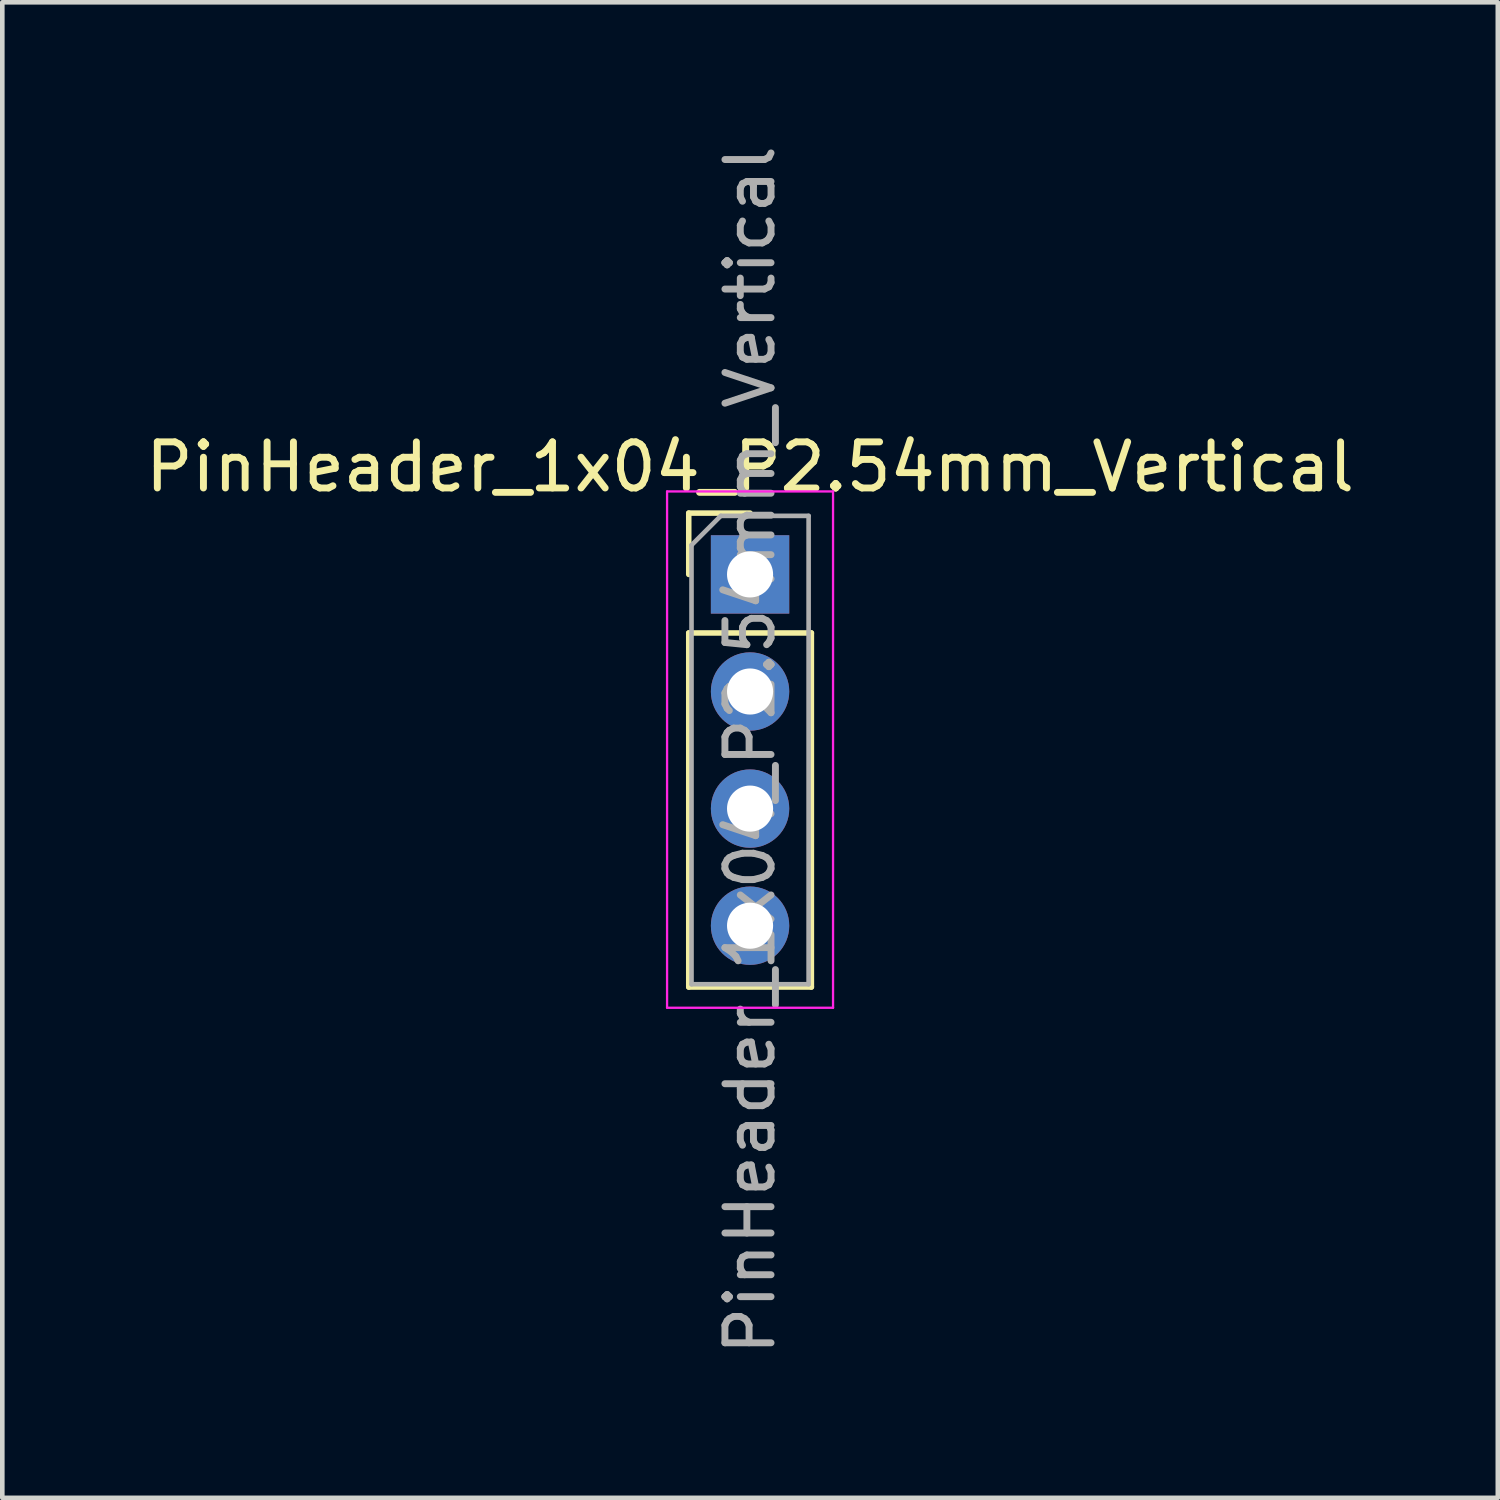
<source format=kicad_pcb>
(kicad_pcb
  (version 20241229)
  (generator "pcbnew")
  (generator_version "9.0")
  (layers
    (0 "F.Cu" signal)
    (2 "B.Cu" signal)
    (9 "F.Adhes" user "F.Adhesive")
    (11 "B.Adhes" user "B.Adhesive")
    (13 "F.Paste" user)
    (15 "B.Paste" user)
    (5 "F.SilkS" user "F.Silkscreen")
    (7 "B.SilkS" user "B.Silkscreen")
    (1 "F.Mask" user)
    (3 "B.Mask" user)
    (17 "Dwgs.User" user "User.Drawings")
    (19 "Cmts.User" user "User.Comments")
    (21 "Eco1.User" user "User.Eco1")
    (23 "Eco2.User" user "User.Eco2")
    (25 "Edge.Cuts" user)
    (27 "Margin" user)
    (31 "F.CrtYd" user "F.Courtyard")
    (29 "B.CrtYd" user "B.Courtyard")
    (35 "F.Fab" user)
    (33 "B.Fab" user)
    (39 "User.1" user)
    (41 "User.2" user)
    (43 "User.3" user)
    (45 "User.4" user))
  (footprint "PinHeader_1x04_P2.54mm_Vertical"
    (layer "F.Cu")
    (at 13.22 9.41)
    (property "Reference" "PinHeader_1x04_P2.54mm_Vertical" (at 0 -2.33 180) (layer "F.SilkS") (effects (font (size 1 1) (thickness 0.15))))
    (attr through_hole)
    (fp_line (start -1.33 -1.33) (end 0 -1.33) (stroke (width 0.12) (type solid)) (layer "F.SilkS"))
    (fp_line (start -1.33 0) (end -1.33 -1.33) (stroke (width 0.12) (type solid)) (layer "F.SilkS"))
    (fp_line (start -1.33 1.27) (end -1.33 8.95) (stroke (width 0.12) (type solid)) (layer "F.SilkS"))
    (fp_line (start -1.33 1.27) (end 1.33 1.27) (stroke (width 0.12) (type solid)) (layer "F.SilkS"))
    (fp_line (start -1.33 8.95) (end 1.33 8.95) (stroke (width 0.12) (type solid)) (layer "F.SilkS"))
    (fp_line (start 1.33 1.27) (end 1.33 8.95) (stroke (width 0.12) (type solid)) (layer "F.SilkS"))
    (fp_line (start -1.8 -1.8) (end -1.8 9.4) (stroke (width 0.05) (type solid)) (layer "F.CrtYd"))
    (fp_line (start -1.8 9.4) (end 1.8 9.4) (stroke (width 0.05) (type solid)) (layer "F.CrtYd"))
    (fp_line (start 1.8 -1.8) (end -1.8 -1.8) (stroke (width 0.05) (type solid)) (layer "F.CrtYd"))
    (fp_line (start 1.8 9.4) (end 1.8 -1.8) (stroke (width 0.05) (type solid)) (layer "F.CrtYd"))
    (fp_line (start -1.27 -0.635) (end -0.635 -1.27) (stroke (width 0.1) (type solid)) (layer "F.Fab"))
    (fp_line (start -1.27 8.89) (end -1.27 -0.635) (stroke (width 0.1) (type solid)) (layer "F.Fab"))
    (fp_line (start -0.635 -1.27) (end 1.27 -1.27) (stroke (width 0.1) (type solid)) (layer "F.Fab"))
    (fp_line (start 1.27 -1.27) (end 1.27 8.89) (stroke (width 0.1) (type solid)) (layer "F.Fab"))
    (fp_line (start 1.27 8.89) (end -1.27 8.89) (stroke (width 0.1) (type solid)) (layer "F.Fab"))
    (fp_text user "${REFERENCE}" (at 0 3.81 90) (layer "F.Fab") (effects (font (size 1 1) (thickness 0.15))))
    (pad "1" thru_hole rect (at 0 0) (size 1.7 1.7) (drill 1) (layers "*.Cu" "*.Mask"))
    (pad "2" thru_hole oval (at 0 2.54) (size 1.7 1.7) (drill 1) (layers "*.Cu" "*.Mask"))
    (pad "3" thru_hole oval (at 0 5.08) (size 1.7 1.7) (drill 1) (layers "*.Cu" "*.Mask"))
    (pad "4" thru_hole oval (at 0 7.62) (size 1.7 1.7) (drill 1) (layers "*.Cu" "*.Mask")))
  (gr_rect
    (start -3 -3)
    (end 29.44 29.44)
    (stroke (width 0.1) (type default))
    (fill no)
    (layer "Edge.Cuts")))
</source>
